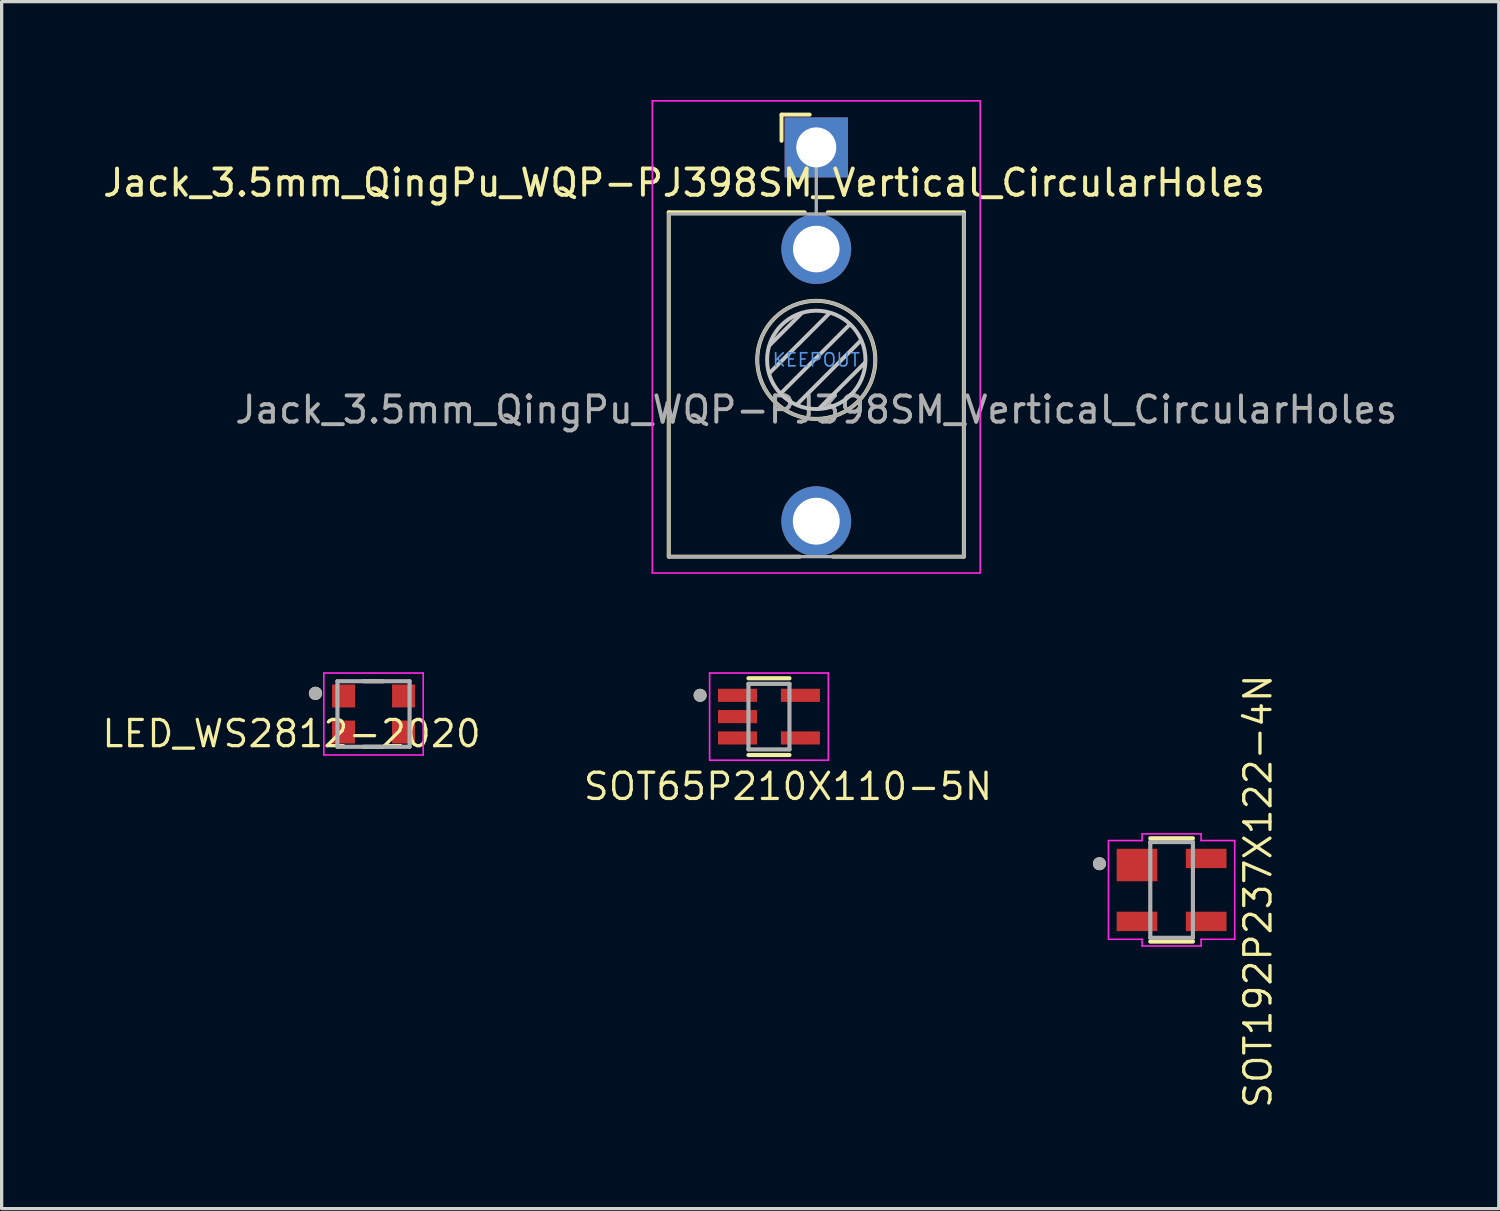
<source format=kicad_pcb>
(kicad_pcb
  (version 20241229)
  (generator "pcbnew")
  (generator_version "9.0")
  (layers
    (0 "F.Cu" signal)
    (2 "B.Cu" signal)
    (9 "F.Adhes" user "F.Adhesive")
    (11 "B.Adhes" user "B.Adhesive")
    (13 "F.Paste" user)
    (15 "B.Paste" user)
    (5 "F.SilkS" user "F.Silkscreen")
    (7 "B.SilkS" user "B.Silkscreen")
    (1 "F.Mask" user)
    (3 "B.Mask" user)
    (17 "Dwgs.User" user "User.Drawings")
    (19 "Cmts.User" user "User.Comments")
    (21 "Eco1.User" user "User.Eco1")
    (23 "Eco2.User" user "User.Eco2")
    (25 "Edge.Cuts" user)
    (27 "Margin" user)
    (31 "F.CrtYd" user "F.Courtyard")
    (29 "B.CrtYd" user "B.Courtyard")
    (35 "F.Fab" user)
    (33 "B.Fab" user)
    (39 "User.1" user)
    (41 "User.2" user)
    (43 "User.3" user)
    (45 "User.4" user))
  (footprint "LED_WS2812-2020"
    (layer "F.Cu")
    (at 8.341 18.725)
    (property "Reference" "LED_WS2812-2020" (at -2.5 0.6 180) (layer "F.SilkS") (effects (font (size 0.8 0.8) (thickness 0.1))))
    (attr smd)
    (fp_line (start -0.3 -1) (end 0.3 -1) (stroke (width 0.127) (type solid)) (layer "F.SilkS"))
    (fp_line (start -0.3 1) (end 0.3 1) (stroke (width 0.127) (type solid)) (layer "F.SilkS"))
    (fp_circle (center -1.77 -0.63) (end -1.667 -0.63) (stroke (width 0.2) (type solid)) (fill no) (layer "F.SilkS"))
    (fp_line (start -1.515 -1.25) (end -1.515 1.25) (stroke (width 0.05) (type solid)) (layer "F.CrtYd"))
    (fp_line (start -1.515 1.25) (end 1.515 1.25) (stroke (width 0.05) (type solid)) (layer "F.CrtYd"))
    (fp_line (start 1.515 -1.25) (end -1.515 -1.25) (stroke (width 0.05) (type solid)) (layer "F.CrtYd"))
    (fp_line (start 1.515 1.25) (end 1.515 -1.25) (stroke (width 0.05) (type solid)) (layer "F.CrtYd"))
    (fp_line (start -1.1 -1) (end 1.1 -1) (stroke (width 0.127) (type solid)) (layer "F.Fab"))
    (fp_line (start -1.1 1) (end -1.1 -1) (stroke (width 0.127) (type solid)) (layer "F.Fab"))
    (fp_line (start 1.1 -1) (end 1.1 1) (stroke (width 0.127) (type solid)) (layer "F.Fab"))
    (fp_line (start 1.1 1) (end -1.1 1) (stroke (width 0.127) (type solid)) (layer "F.Fab"))
    (fp_circle (center -1.77 -0.63) (end -1.667 -0.63) (stroke (width 0.2) (type solid)) (fill no) (layer "F.Fab"))
    (pad "1" smd rect (at -0.915 -0.55) (size 0.7 0.7) (layers "F.Cu" "F.Mask" "F.Paste"))
    (pad "2" smd rect (at -0.915 0.55) (size 0.7 0.7) (layers "F.Cu" "F.Mask" "F.Paste"))
    (pad "3" smd rect (at 0.915 0.55) (size 0.7 0.7) (layers "F.Cu" "F.Mask" "F.Paste"))
    (pad "4" smd rect (at 0.915 -0.55) (size 0.7 0.7) (layers "F.Cu" "F.Mask" "F.Paste")))
  (footprint "SOT192P237X122-4N"
    (layer "F.Cu")
    (at 32.68 24.09)
    (property "Reference" "SOT192P237X122-4N" (at 2.635 0.04 90) (layer "F.SilkS") (effects (font (size 0.8 0.8) (thickness 0.1))))
    (attr through_hole)
    (fp_line (start -0.65 1.575) (end 0.65 1.575) (stroke (width 0.127) (type solid)) (layer "F.SilkS"))
    (fp_line (start 0.65 -1.575) (end -0.65 -1.575) (stroke (width 0.127) (type solid)) (layer "F.SilkS"))
    (fp_circle (center -2.2 -0.8) (end -2.1 -0.8) (stroke (width 0.2) (type solid)) (fill no) (layer "F.SilkS"))
    (fp_line (start -1.925 -1.505) (end -1.925 1.505) (stroke (width 0.05) (type solid)) (layer "F.CrtYd"))
    (fp_line (start -1.925 1.505) (end -0.9 1.505) (stroke (width 0.05) (type solid)) (layer "F.CrtYd"))
    (fp_line (start -0.9 -1.71) (end -0.9 -1.505) (stroke (width 0.05) (type solid)) (layer "F.CrtYd"))
    (fp_line (start -0.9 -1.505) (end -1.925 -1.505) (stroke (width 0.05) (type solid)) (layer "F.CrtYd"))
    (fp_line (start -0.9 1.505) (end -0.9 1.71) (stroke (width 0.05) (type solid)) (layer "F.CrtYd"))
    (fp_line (start -0.9 1.71) (end 0.9 1.71) (stroke (width 0.05) (type solid)) (layer "F.CrtYd"))
    (fp_line (start 0.9 -1.71) (end -0.9 -1.71) (stroke (width 0.05) (type solid)) (layer "F.CrtYd"))
    (fp_line (start 0.9 -1.505) (end 0.9 -1.71) (stroke (width 0.05) (type solid)) (layer "F.CrtYd"))
    (fp_line (start 0.9 1.505) (end 1.925 1.505) (stroke (width 0.05) (type solid)) (layer "F.CrtYd"))
    (fp_line (start 0.9 1.71) (end 0.9 1.505) (stroke (width 0.05) (type solid)) (layer "F.CrtYd"))
    (fp_line (start 1.925 -1.505) (end 0.9 -1.505) (stroke (width 0.05) (type solid)) (layer "F.CrtYd"))
    (fp_line (start 1.925 1.505) (end 1.925 -1.505) (stroke (width 0.05) (type solid)) (layer "F.CrtYd"))
    (fp_line (start -0.65 -1.46) (end -0.65 1.46) (stroke (width 0.127) (type solid)) (layer "F.Fab"))
    (fp_line (start -0.65 1.46) (end 0.65 1.46) (stroke (width 0.127) (type solid)) (layer "F.Fab"))
    (fp_line (start 0.65 -1.46) (end -0.65 -1.46) (stroke (width 0.127) (type solid)) (layer "F.Fab"))
    (fp_line (start 0.65 1.46) (end 0.65 -1.46) (stroke (width 0.127) (type solid)) (layer "F.Fab"))
    (fp_circle (center -2.2 -0.8) (end -2.1 -0.8) (stroke (width 0.2) (type solid)) (fill no) (layer "F.Fab"))
    (pad "1" smd rect (at -1.055 -0.76) (size 1.24 0.99) (layers "F.Cu" "F.Mask" "F.Paste"))
    (pad "2" smd rect (at -1.055 0.96) (size 1.24 0.59) (layers "F.Cu" "F.Mask" "F.Paste"))
    (pad "3" smd rect (at 1.055 0.96) (size 1.24 0.59) (layers "F.Cu" "F.Mask" "F.Paste"))
    (pad "4" smd rect (at 1.055 -0.96) (size 1.24 0.59) (layers "F.Cu" "F.Mask" "F.Paste")))
  (footprint "SOT65P210X110-5N"
    (layer "F.Cu")
    (at 20.401 18.805)
    (property "Reference" "SOT65P210X110-5N" (at 0.58 2.13 180) (layer "F.SilkS") (effects (font (size 0.8 0.8) (thickness 0.1))))
    (attr through_hole)
    (fp_line (start -0.625 -1.17) (end 0.625 -1.17) (stroke (width 0.127) (type solid)) (layer "F.SilkS"))
    (fp_line (start 0.625 1.17) (end -0.625 1.17) (stroke (width 0.127) (type solid)) (layer "F.SilkS"))
    (fp_circle (center -2.1 -0.65) (end -2 -0.65) (stroke (width 0.2) (type solid)) (fill no) (layer "F.SilkS"))
    (fp_line (start -1.81 -1.33) (end 1.81 -1.33) (stroke (width 0.05) (type solid)) (layer "F.CrtYd"))
    (fp_line (start -1.81 1.33) (end -1.81 -1.33) (stroke (width 0.05) (type solid)) (layer "F.CrtYd"))
    (fp_line (start 1.81 -1.33) (end 1.81 1.33) (stroke (width 0.05) (type solid)) (layer "F.CrtYd"))
    (fp_line (start 1.81 1.33) (end -1.81 1.33) (stroke (width 0.05) (type solid)) (layer "F.CrtYd"))
    (fp_line (start -0.625 -1) (end 0.625 -1) (stroke (width 0.127) (type solid)) (layer "F.Fab"))
    (fp_line (start -0.625 1) (end -0.625 -1) (stroke (width 0.127) (type solid)) (layer "F.Fab"))
    (fp_line (start 0.625 -1) (end 0.625 1) (stroke (width 0.127) (type solid)) (layer "F.Fab"))
    (fp_line (start 0.625 1) (end -0.625 1) (stroke (width 0.127) (type solid)) (layer "F.Fab"))
    (fp_circle (center -2.1 -0.65) (end -2 -0.65) (stroke (width 0.2) (type solid)) (fill no) (layer "F.Fab"))
    (pad "1" smd rect (at -0.96 -0.65) (size 1.19 0.4) (layers "F.Cu" "F.Mask" "F.Paste"))
    (pad "2" smd rect (at -0.96 0) (size 1.19 0.4) (layers "F.Cu" "F.Mask" "F.Paste"))
    (pad "3" smd rect (at -0.96 0.65) (size 1.19 0.4) (layers "F.Cu" "F.Mask" "F.Paste"))
    (pad "4" smd rect (at 0.96 0.65) (size 1.19 0.4) (layers "F.Cu" "F.Mask" "F.Paste"))
    (pad "5" smd rect (at 0.96 -0.65) (size 1.19 0.4) (layers "F.Cu" "F.Mask" "F.Paste")))
  (footprint "Jack_3.5mm_QingPu_WQP-PJ398SM_Vertical_CircularHoles"
    (layer "F.Cu")
    (at 21.844 1.445)
    (property "Reference" "Jack_3.5mm_QingPu_WQP-PJ398SM_Vertical_CircularHoles" (at -4.03 1.08 180) (layer "F.SilkS") (effects (font (size 0.8 0.8) (thickness 0.12))))
    (attr through_hole)
    (fp_line (start -4.5 1.98) (end -4.5 12.48) (stroke (width 0.12) (type solid)) (layer "F.SilkS"))
    (fp_line (start -1.06 -1) (end -1.06 -0.2) (stroke (width 0.12) (type solid)) (layer "F.SilkS"))
    (fp_line (start -1.06 -1) (end -0.2 -1) (stroke (width 0.12) (type solid)) (layer "F.SilkS"))
    (fp_line (start -0.5 12.48) (end -4.5 12.48) (stroke (width 0.12) (type solid)) (layer "F.SilkS"))
    (fp_line (start -0.35 1.98) (end -4.5 1.98) (stroke (width 0.12) (type solid)) (layer "F.SilkS"))
    (fp_line (start 4.5 1.98) (end 0.35 1.98) (stroke (width 0.12) (type solid)) (layer "F.SilkS"))
    (fp_line (start 4.5 1.98) (end 4.5 12.48) (stroke (width 0.12) (type solid)) (layer "F.SilkS"))
    (fp_line (start 4.5 12.48) (end 0.5 12.48) (stroke (width 0.12) (type solid)) (layer "F.SilkS"))
    (fp_circle (center 0 6.48) (end 1.8 6.48) (stroke (width 0.12) (type solid)) (fill no) (layer "F.SilkS"))
    (fp_line (start -1.42 6.875) (end 0.4 5.06) (stroke (width 0.12) (type solid)) (layer "Dwgs.User"))
    (fp_line (start -1.41 6.02) (end -0.46 5.07) (stroke (width 0.12) (type solid)) (layer "Dwgs.User"))
    (fp_line (start -1.07 7.49) (end 1.01 5.41) (stroke (width 0.12) (type solid)) (layer "Dwgs.User"))
    (fp_line (start -0.58 7.83) (end 1.36 5.89) (stroke (width 0.12) (type solid)) (layer "Dwgs.User"))
    (fp_line (start 0.09 7.96) (end 1.48 6.57) (stroke (width 0.12) (type solid)) (layer "Dwgs.User"))
    (fp_circle (center 0 6.48) (end 1.5 6.48) (stroke (width 0.12) (type solid)) (fill no) (layer "Dwgs.User"))
    (fp_line (start -5 12.98) (end -5 -1.42) (stroke (width 0.05) (type solid)) (layer "F.CrtYd"))
    (fp_line (start 5 -1.42) (end -5 -1.42) (stroke (width 0.05) (type solid)) (layer "F.CrtYd"))
    (fp_line (start 5 12.98) (end -5 12.98) (stroke (width 0.05) (type solid)) (layer "F.CrtYd"))
    (fp_line (start 5 12.98) (end 5 -1.42) (stroke (width 0.05) (type solid)) (layer "F.CrtYd"))
    (fp_line (start -4.5 12.48) (end -4.5 2.08) (stroke (width 0.1) (type solid)) (layer "F.Fab"))
    (fp_line (start 0 0) (end 0 2.03) (stroke (width 0.1) (type solid)) (layer "F.Fab"))
    (fp_line (start 4.5 2.03) (end -4.5 2.03) (stroke (width 0.1) (type solid)) (layer "F.Fab"))
    (fp_line (start 4.5 12.48) (end -4.5 12.48) (stroke (width 0.1) (type solid)) (layer "F.Fab"))
    (fp_line (start 4.5 12.48) (end 4.5 2.08) (stroke (width 0.1) (type solid)) (layer "F.Fab"))
    (fp_circle (center 0 6.48) (end 1.8 6.48) (stroke (width 0.1) (type solid)) (fill no) (layer "F.Fab"))
    (fp_text user "KEEPOUT" (at 0 6.48 0) (layer "Cmts.User") (effects (font (size 0.4 0.4) (thickness 0.051))))
    (fp_text user "${REFERENCE}" (at 0 8 180) (layer "F.Fab") (effects (font (size 0.8 0.8) (thickness 0.12))))
    (pad "S" thru_hole rect (at 0 0 180) (size 1.93 1.83) (drill 1.22) (layers "*.Cu" "*.Mask"))
    (pad "T" thru_hole circle (at 0 11.4 180) (size 2.13 2.13) (drill 1.43) (layers "*.Cu" "*.Mask"))
    (pad "TN" thru_hole circle (at 0 3.1 180) (size 2.13 2.13) (drill 1.42) (layers "*.Cu" "*.Mask")))
  (gr_rect
    (start -3 -3)
    (end 42.659 33.809)
    (stroke (width 0.1) (type default))
    (fill no)
    (layer "Edge.Cuts")))
</source>
